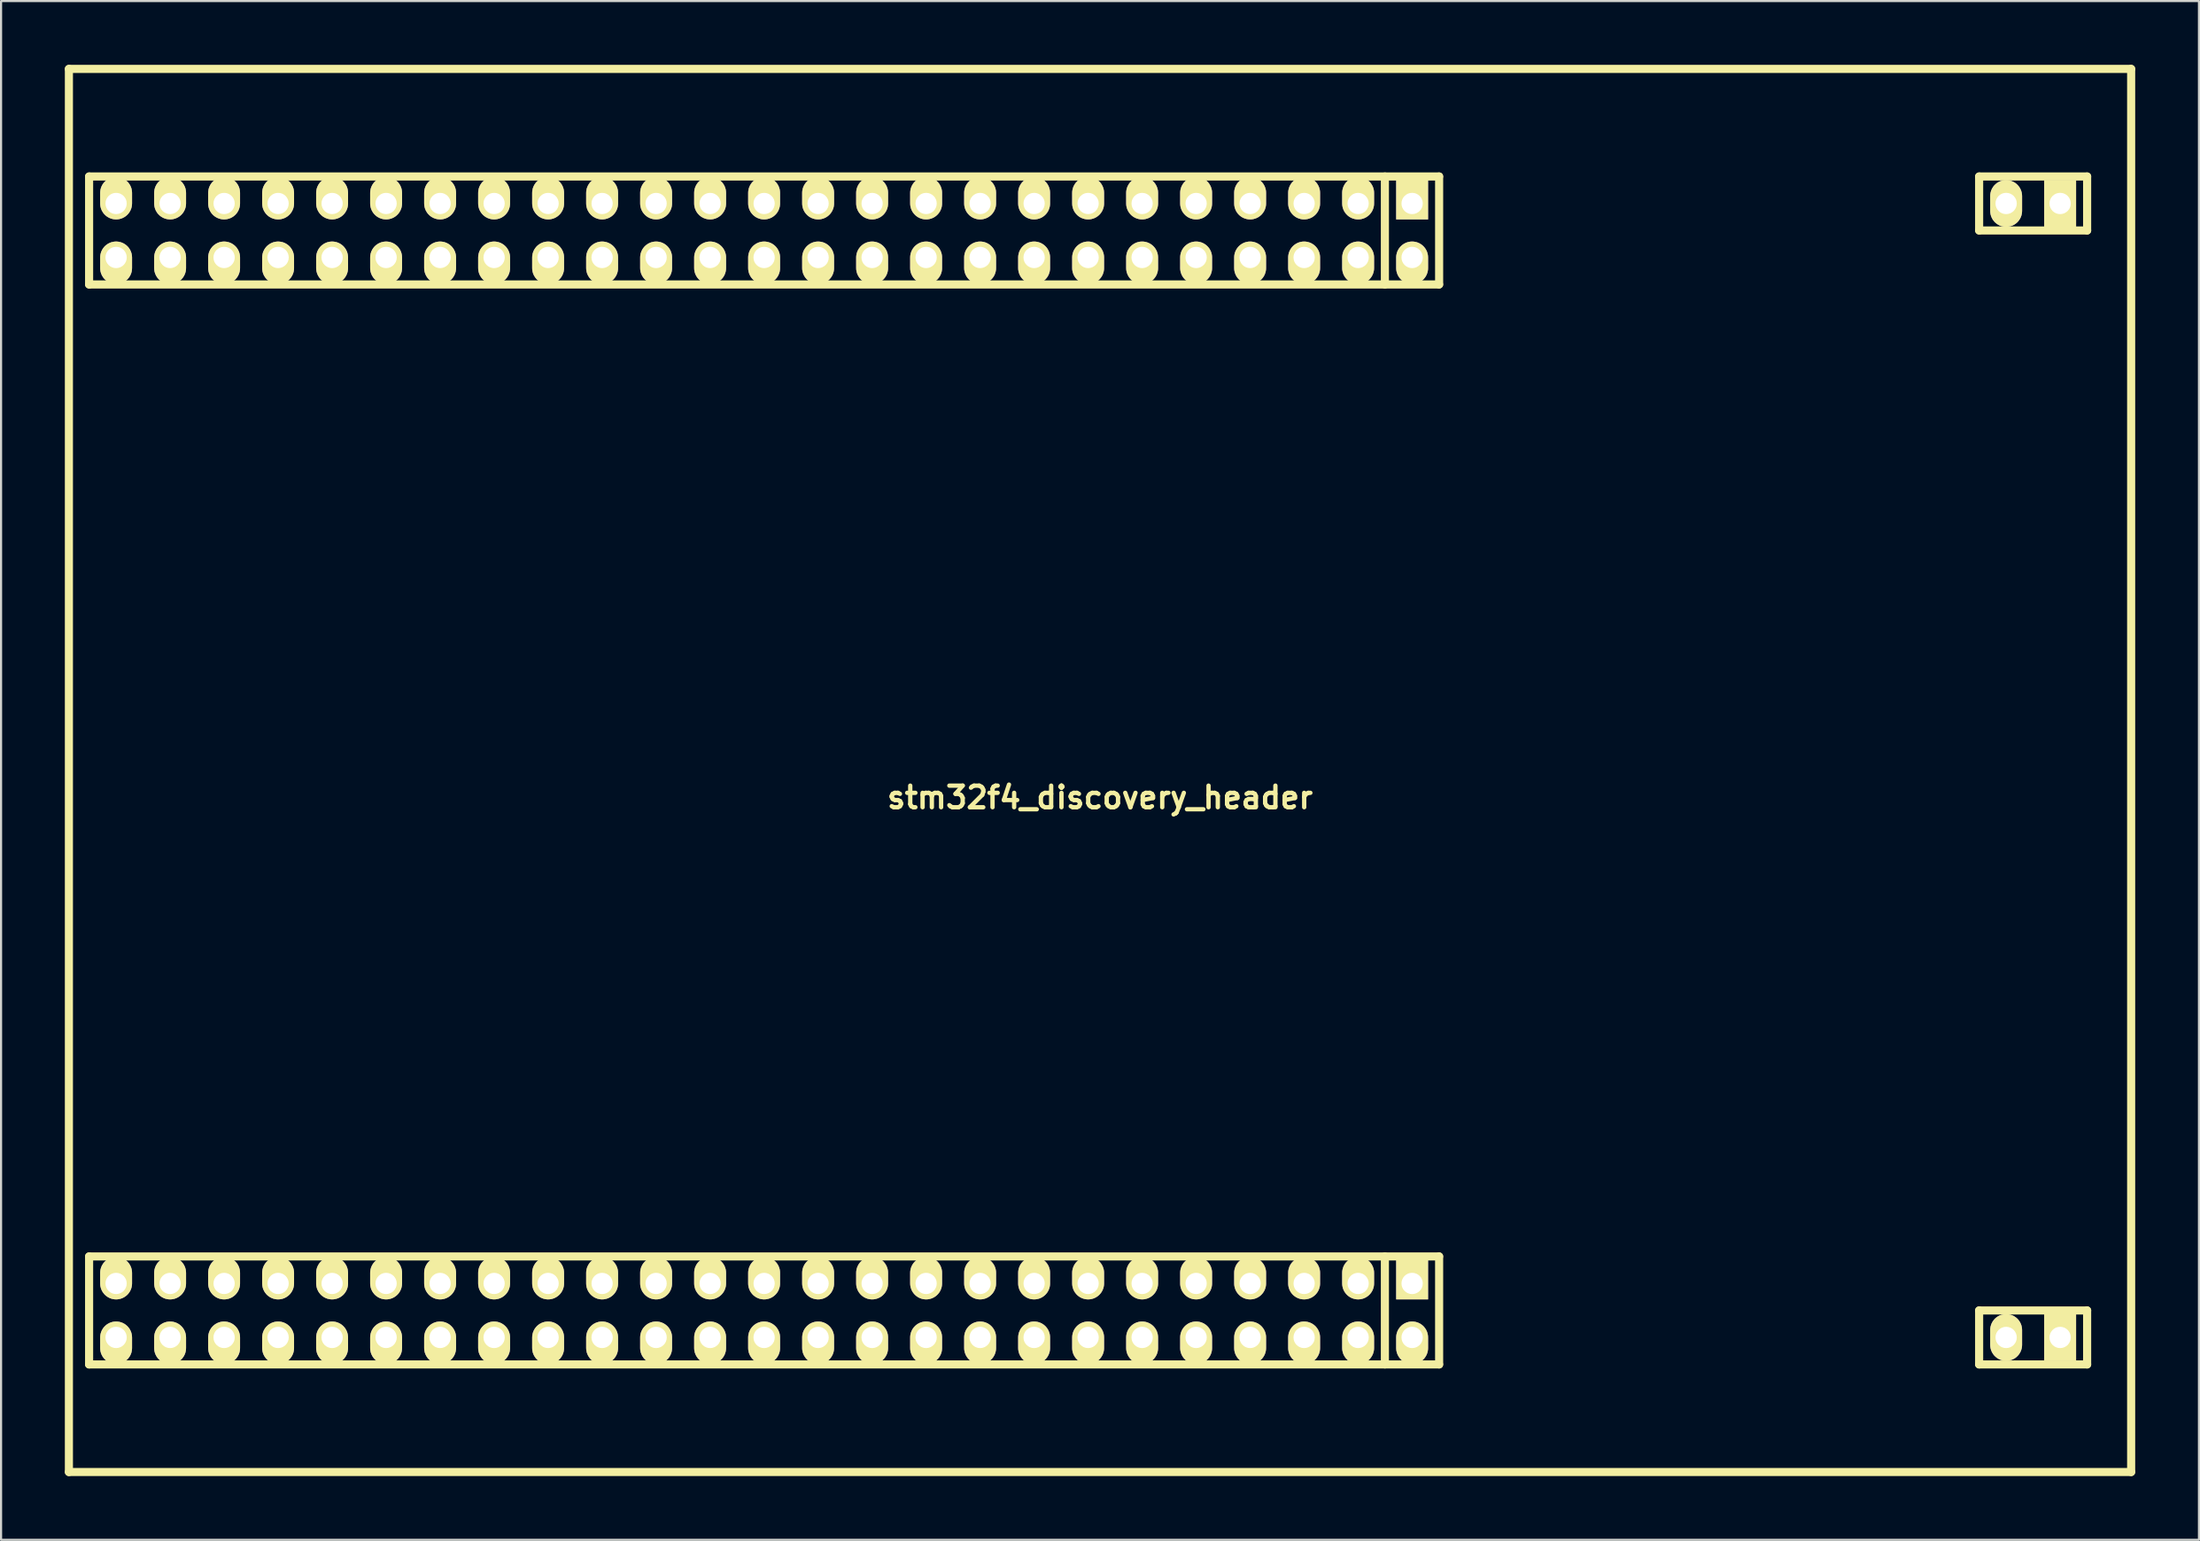
<source format=kicad_pcb>
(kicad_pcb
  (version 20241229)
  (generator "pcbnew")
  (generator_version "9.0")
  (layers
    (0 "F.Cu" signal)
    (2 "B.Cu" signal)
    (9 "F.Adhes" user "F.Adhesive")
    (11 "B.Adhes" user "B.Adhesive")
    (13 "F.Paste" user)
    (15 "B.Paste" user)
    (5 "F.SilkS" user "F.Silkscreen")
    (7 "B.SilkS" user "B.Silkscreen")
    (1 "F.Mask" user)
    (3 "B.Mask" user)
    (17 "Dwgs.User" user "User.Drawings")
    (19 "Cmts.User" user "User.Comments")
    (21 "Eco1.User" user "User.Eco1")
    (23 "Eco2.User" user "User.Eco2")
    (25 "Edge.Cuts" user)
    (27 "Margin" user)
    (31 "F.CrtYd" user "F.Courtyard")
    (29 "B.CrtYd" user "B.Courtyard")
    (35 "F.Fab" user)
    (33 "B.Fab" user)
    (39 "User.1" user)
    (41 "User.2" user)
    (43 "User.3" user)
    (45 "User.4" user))
  (footprint "stm32f4_discovery_header"
    (layer "F.Cu")
    (at 48.691 33.191)
    (property "Reference" "stm32f4_discovery_header" (at 0 1.27 0) (layer "F.SilkS") (effects (font (size 1.016 1.016) (thickness 0.203))))
    (attr through_hole)
    (fp_line (start -48.5 33) (end -48.5 -33) (stroke (width 0.381) (type solid)) (layer "F.SilkS"))
    (fp_line (start -48.5 33) (end 48.5 33) (stroke (width 0.381) (type solid)) (layer "F.SilkS"))
    (fp_line (start -47.55 -27.94) (end -47.55 -22.86) (stroke (width 0.381) (type solid)) (layer "F.SilkS"))
    (fp_line (start -47.55 -27.94) (end 15.95 -27.94) (stroke (width 0.381) (type solid)) (layer "F.SilkS"))
    (fp_line (start -47.55 -22.86) (end 15.95 -22.86) (stroke (width 0.381) (type solid)) (layer "F.SilkS"))
    (fp_line (start -47.55 22.86) (end -47.55 27.94) (stroke (width 0.381) (type solid)) (layer "F.SilkS"))
    (fp_line (start -47.55 22.86) (end 15.95 22.86) (stroke (width 0.381) (type solid)) (layer "F.SilkS"))
    (fp_line (start -47.55 27.94) (end 15.95 27.94) (stroke (width 0.381) (type solid)) (layer "F.SilkS"))
    (fp_line (start 13.399 -27.94) (end 13.399 -22.86) (stroke (width 0.381) (type solid)) (layer "F.SilkS"))
    (fp_line (start 13.399 22.86) (end 13.399 27.94) (stroke (width 0.381) (type solid)) (layer "F.SilkS"))
    (fp_line (start 15.95 -27.94) (end 15.95 -22.86) (stroke (width 0.381) (type solid)) (layer "F.SilkS"))
    (fp_line (start 15.95 22.86) (end 15.95 27.94) (stroke (width 0.381) (type solid)) (layer "F.SilkS"))
    (fp_line (start 41.35 -27.94) (end 41.35 -25.4) (stroke (width 0.381) (type solid)) (layer "F.SilkS"))
    (fp_line (start 41.35 -25.4) (end 46.43 -25.4) (stroke (width 0.381) (type solid)) (layer "F.SilkS"))
    (fp_line (start 41.35 25.4) (end 41.35 27.94) (stroke (width 0.381) (type solid)) (layer "F.SilkS"))
    (fp_line (start 41.35 27.94) (end 46.43 27.94) (stroke (width 0.381) (type solid)) (layer "F.SilkS"))
    (fp_line (start 46.43 -27.94) (end 41.35 -27.94) (stroke (width 0.381) (type solid)) (layer "F.SilkS"))
    (fp_line (start 46.43 -25.4) (end 46.43 -27.94) (stroke (width 0.381) (type solid)) (layer "F.SilkS"))
    (fp_line (start 46.43 25.4) (end 41.35 25.4) (stroke (width 0.381) (type solid)) (layer "F.SilkS"))
    (fp_line (start 46.43 27.94) (end 46.43 25.4) (stroke (width 0.381) (type solid)) (layer "F.SilkS"))
    (fp_line (start 48.5 -33) (end -48.5 -33) (stroke (width 0.381) (type solid)) (layer "F.SilkS"))
    (fp_line (start 48.5 33) (end 48.5 -33) (stroke (width 0.381) (type solid)) (layer "F.SilkS"))
    (pad "1" thru_hole rect (at 14.68 -26.67) (size 1.5 2) (drill 1.001 (offset 0 -0.25)) (layers "*.Cu" "*.Mask" "F.SilkS"))
    (pad "2" thru_hole oval (at 14.68 -24.13) (size 1.5 2) (drill 1.001 (offset 0 0.25)) (layers "*.Cu" "*.Mask" "F.SilkS"))
    (pad "3" thru_hole oval (at 12.14 -26.67) (size 1.5 2) (drill 0.998 (offset 0 -0.25)) (layers "*.Cu" "*.Mask" "F.SilkS"))
    (pad "4" thru_hole oval (at 12.14 -24.13) (size 1.5 2) (drill 1.001 (offset 0 0.25)) (layers "*.Cu" "*.Mask" "F.SilkS"))
    (pad "5" thru_hole oval (at 9.6 -26.67) (size 1.5 2) (drill 0.998 (offset 0 -0.25)) (layers "*.Cu" "*.Mask" "F.SilkS"))
    (pad "6" thru_hole oval (at 9.6 -24.13) (size 1.5 2) (drill 1.001 (offset 0 0.25)) (layers "*.Cu" "*.Mask" "F.SilkS"))
    (pad "7" thru_hole oval (at 7.06 -26.67) (size 1.5 2) (drill 0.998 (offset 0 -0.25)) (layers "*.Cu" "*.Mask" "F.SilkS"))
    (pad "8" thru_hole oval (at 7.06 -24.13) (size 1.5 2) (drill 1.001 (offset 0 0.25)) (layers "*.Cu" "*.Mask" "F.SilkS"))
    (pad "9" thru_hole oval (at 4.52 -26.67) (size 1.5 2) (drill 0.998 (offset 0 -0.25)) (layers "*.Cu" "*.Mask" "F.SilkS"))
    (pad "10" thru_hole oval (at 4.52 -24.13) (size 1.5 2) (drill 1.001 (offset 0 0.25)) (layers "*.Cu" "*.Mask" "F.SilkS"))
    (pad "11" thru_hole oval (at 1.98 -26.67) (size 1.5 2) (drill 0.998 (offset 0 -0.25)) (layers "*.Cu" "*.Mask" "F.SilkS"))
    (pad "12" thru_hole oval (at 1.98 -24.13) (size 1.5 2) (drill 1.001 (offset 0 0.25)) (layers "*.Cu" "*.Mask" "F.SilkS"))
    (pad "13" thru_hole oval (at -0.56 -26.67) (size 1.5 2) (drill 0.998 (offset 0 -0.25)) (layers "*.Cu" "*.Mask" "F.SilkS"))
    (pad "14" thru_hole oval (at -0.56 -24.13) (size 1.5 2) (drill 1.001 (offset 0 0.25)) (layers "*.Cu" "*.Mask" "F.SilkS"))
    (pad "15" thru_hole oval (at -3.1 -26.67) (size 1.5 2) (drill 0.998 (offset 0 -0.25)) (layers "*.Cu" "*.Mask" "F.SilkS"))
    (pad "16" thru_hole oval (at -3.1 -24.13) (size 1.5 2) (drill 1.001 (offset 0 0.25)) (layers "*.Cu" "*.Mask" "F.SilkS"))
    (pad "17" thru_hole oval (at -5.64 -26.67) (size 1.5 2) (drill 0.998 (offset 0 -0.25)) (layers "*.Cu" "*.Mask" "F.SilkS"))
    (pad "18" thru_hole oval (at -5.64 -24.13) (size 1.5 2) (drill 1.001 (offset 0 0.25)) (layers "*.Cu" "*.Mask" "F.SilkS"))
    (pad "19" thru_hole oval (at -8.18 -26.67) (size 1.5 2) (drill 0.998 (offset 0 -0.25)) (layers "*.Cu" "*.Mask" "F.SilkS"))
    (pad "20" thru_hole oval (at -8.18 -24.13) (size 1.5 2) (drill 1.001 (offset 0 0.25)) (layers "*.Cu" "*.Mask" "F.SilkS"))
    (pad "21" thru_hole oval (at -10.72 -26.67) (size 1.5 2) (drill 0.998 (offset 0 -0.25)) (layers "*.Cu" "*.Mask" "F.SilkS"))
    (pad "22" thru_hole oval (at -10.72 -24.13) (size 1.5 2) (drill 1.001 (offset 0 0.25)) (layers "*.Cu" "*.Mask" "F.SilkS"))
    (pad "23" thru_hole oval (at -13.26 -26.67) (size 1.5 2) (drill 0.998 (offset 0 -0.25)) (layers "*.Cu" "*.Mask" "F.SilkS"))
    (pad "24" thru_hole oval (at -13.26 -24.13) (size 1.5 2) (drill 1.001 (offset 0 0.25)) (layers "*.Cu" "*.Mask" "F.SilkS"))
    (pad "25" thru_hole oval (at -15.8 -26.67) (size 1.5 2) (drill 0.998 (offset 0 -0.25)) (layers "*.Cu" "*.Mask" "F.SilkS"))
    (pad "26" thru_hole oval (at -15.8 -24.13) (size 1.5 2) (drill 1.001 (offset 0 0.25)) (layers "*.Cu" "*.Mask" "F.SilkS"))
    (pad "27" thru_hole oval (at -18.34 -26.67) (size 1.5 2) (drill 0.998 (offset 0 -0.25)) (layers "*.Cu" "*.Mask" "F.SilkS"))
    (pad "28" thru_hole oval (at -18.34 -24.13) (size 1.5 2) (drill 1.001 (offset 0 0.25)) (layers "*.Cu" "*.Mask" "F.SilkS"))
    (pad "29" thru_hole oval (at -20.88 -26.67) (size 1.5 2) (drill 0.998 (offset 0 -0.25)) (layers "*.Cu" "*.Mask" "F.SilkS"))
    (pad "30" thru_hole oval (at -20.88 -24.13) (size 1.5 2) (drill 1.001 (offset 0 0.25)) (layers "*.Cu" "*.Mask" "F.SilkS"))
    (pad "31" thru_hole oval (at -23.42 -26.67) (size 1.5 2) (drill 0.998 (offset 0 -0.25)) (layers "*.Cu" "*.Mask" "F.SilkS"))
    (pad "32" thru_hole oval (at -23.42 -24.13) (size 1.5 2) (drill 1.001 (offset 0 0.25)) (layers "*.Cu" "*.Mask" "F.SilkS"))
    (pad "33" thru_hole oval (at -25.96 -26.67) (size 1.5 2) (drill 0.998 (offset 0 -0.25)) (layers "*.Cu" "*.Mask" "F.SilkS"))
    (pad "34" thru_hole oval (at -25.96 -24.13) (size 1.5 2) (drill 1.001 (offset 0 0.25)) (layers "*.Cu" "*.Mask" "F.SilkS"))
    (pad "35" thru_hole oval (at -28.5 -26.67) (size 1.5 2) (drill 0.998 (offset 0 -0.25)) (layers "*.Cu" "*.Mask" "F.SilkS"))
    (pad "36" thru_hole oval (at -28.5 -24.13) (size 1.5 2) (drill 1.001 (offset 0 0.25)) (layers "*.Cu" "*.Mask" "F.SilkS"))
    (pad "37" thru_hole oval (at -31.04 -26.67) (size 1.5 2) (drill 0.998 (offset 0 -0.25)) (layers "*.Cu" "*.Mask" "F.SilkS"))
    (pad "38" thru_hole oval (at -31.04 -24.13) (size 1.5 2) (drill 1.001 (offset 0 0.25)) (layers "*.Cu" "*.Mask" "F.SilkS"))
    (pad "39" thru_hole oval (at -33.58 -26.67) (size 1.5 2) (drill 0.998 (offset 0 -0.25)) (layers "*.Cu" "*.Mask" "F.SilkS"))
    (pad "40" thru_hole oval (at -33.58 -24.13) (size 1.5 2) (drill 1.001 (offset 0 0.25)) (layers "*.Cu" "*.Mask" "F.SilkS"))
    (pad "41" thru_hole oval (at -36.12 -26.67) (size 1.5 2) (drill 0.998 (offset 0 -0.25)) (layers "*.Cu" "*.Mask" "F.SilkS"))
    (pad "42" thru_hole oval (at -36.12 -24.13) (size 1.5 2) (drill 1.001 (offset 0 0.25)) (layers "*.Cu" "*.Mask" "F.SilkS"))
    (pad "43" thru_hole oval (at -38.66 -26.67) (size 1.5 2) (drill 0.998 (offset 0 -0.25)) (layers "*.Cu" "*.Mask" "F.SilkS"))
    (pad "44" thru_hole oval (at -38.66 -24.13) (size 1.5 2) (drill 1.001 (offset 0 0.25)) (layers "*.Cu" "*.Mask" "F.SilkS"))
    (pad "45" thru_hole oval (at -41.2 -26.67) (size 1.5 2) (drill 0.998 (offset 0 -0.25)) (layers "*.Cu" "*.Mask" "F.SilkS"))
    (pad "46" thru_hole oval (at -41.2 -24.13) (size 1.5 2) (drill 1.001 (offset 0 0.25)) (layers "*.Cu" "*.Mask" "F.SilkS"))
    (pad "47" thru_hole oval (at -43.74 -26.67) (size 1.5 2) (drill 0.998 (offset 0 -0.25)) (layers "*.Cu" "*.Mask" "F.SilkS"))
    (pad "48" thru_hole oval (at -43.74 -24.13) (size 1.5 2) (drill 1.001 (offset 0 0.25)) (layers "*.Cu" "*.Mask" "F.SilkS"))
    (pad "49" thru_hole oval (at -46.28 -26.67) (size 1.5 2) (drill 0.998 (offset 0 -0.25)) (layers "*.Cu" "*.Mask" "F.SilkS"))
    (pad "49" thru_hole rect (at 45.16 -26.67) (size 1.5 2.2) (drill 1.001) (layers "*.Cu" "*.Mask" "F.SilkS"))
    (pad "50" thru_hole oval (at -46.28 -24.13) (size 1.5 2) (drill 1.001 (offset 0 0.25)) (layers "*.Cu" "*.Mask" "F.SilkS"))
    (pad "50" thru_hole oval (at 42.62 -26.67) (size 1.5 2.2) (drill 1.001) (layers "*.Cu" "*.Mask" "F.SilkS"))
    (pad "51" thru_hole oval (at -46.28 24.13) (size 1.5 2) (drill 0.998 (offset 0 -0.25)) (layers "*.Cu" "*.Mask" "F.SilkS"))
    (pad "51" thru_hole rect (at 45.16 26.67) (size 1.5 2.2) (drill 1.001) (layers "*.Cu" "*.Mask" "F.SilkS"))
    (pad "52" thru_hole oval (at -46.28 26.67) (size 1.5 2) (drill 1.001 (offset 0 0.25)) (layers "*.Cu" "*.Mask" "F.SilkS"))
    (pad "52" thru_hole oval (at 42.62 26.67) (size 1.5 2.2) (drill 1.001) (layers "*.Cu" "*.Mask" "F.SilkS"))
    (pad "53" thru_hole oval (at -43.74 24.13) (size 1.5 2) (drill 0.998 (offset 0 -0.25)) (layers "*.Cu" "*.Mask" "F.SilkS"))
    (pad "54" thru_hole oval (at -43.74 26.67) (size 1.5 2) (drill 1.001 (offset 0 0.25)) (layers "*.Cu" "*.Mask" "F.SilkS"))
    (pad "55" thru_hole oval (at -41.2 24.13) (size 1.5 2) (drill 0.998 (offset 0 -0.25)) (layers "*.Cu" "*.Mask" "F.SilkS"))
    (pad "56" thru_hole oval (at -41.2 26.67) (size 1.5 2) (drill 1.001 (offset 0 0.25)) (layers "*.Cu" "*.Mask" "F.SilkS"))
    (pad "57" thru_hole oval (at -38.66 24.13) (size 1.5 2) (drill 0.998 (offset 0 -0.25)) (layers "*.Cu" "*.Mask" "F.SilkS"))
    (pad "58" thru_hole oval (at -38.66 26.67) (size 1.5 2) (drill 1.001 (offset 0 0.25)) (layers "*.Cu" "*.Mask" "F.SilkS"))
    (pad "59" thru_hole oval (at -36.12 24.13) (size 1.5 2) (drill 0.998 (offset 0 -0.25)) (layers "*.Cu" "*.Mask" "F.SilkS"))
    (pad "60" thru_hole oval (at -36.12 26.67) (size 1.5 2) (drill 1.001 (offset 0 0.25)) (layers "*.Cu" "*.Mask" "F.SilkS"))
    (pad "61" thru_hole oval (at -33.58 24.13) (size 1.5 2) (drill 0.998 (offset 0 -0.25)) (layers "*.Cu" "*.Mask" "F.SilkS"))
    (pad "62" thru_hole oval (at -33.58 26.67) (size 1.5 2) (drill 1.001 (offset 0 0.25)) (layers "*.Cu" "*.Mask" "F.SilkS"))
    (pad "63" thru_hole oval (at -31.04 24.13) (size 1.5 2) (drill 0.998 (offset 0 -0.25)) (layers "*.Cu" "*.Mask" "F.SilkS"))
    (pad "64" thru_hole oval (at -31.04 26.67) (size 1.5 2) (drill 1.001 (offset 0 0.25)) (layers "*.Cu" "*.Mask" "F.SilkS"))
    (pad "65" thru_hole oval (at -28.5 24.13) (size 1.5 2) (drill 0.998 (offset 0 -0.25)) (layers "*.Cu" "*.Mask" "F.SilkS"))
    (pad "66" thru_hole oval (at -28.5 26.67) (size 1.5 2) (drill 1.001 (offset 0 0.25)) (layers "*.Cu" "*.Mask" "F.SilkS"))
    (pad "67" thru_hole oval (at -25.96 24.13) (size 1.5 2) (drill 0.998 (offset 0 -0.25)) (layers "*.Cu" "*.Mask" "F.SilkS"))
    (pad "68" thru_hole oval (at -25.96 26.67) (size 1.5 2) (drill 1.001 (offset 0 0.25)) (layers "*.Cu" "*.Mask" "F.SilkS"))
    (pad "69" thru_hole oval (at -23.42 24.13) (size 1.5 2) (drill 0.998 (offset 0 -0.25)) (layers "*.Cu" "*.Mask" "F.SilkS"))
    (pad "70" thru_hole oval (at -23.42 26.67) (size 1.5 2) (drill 1.001 (offset 0 0.25)) (layers "*.Cu" "*.Mask" "F.SilkS"))
    (pad "71" thru_hole oval (at -20.88 24.13) (size 1.5 2) (drill 0.998 (offset 0 -0.25)) (layers "*.Cu" "*.Mask" "F.SilkS"))
    (pad "72" thru_hole oval (at -20.88 26.67) (size 1.5 2) (drill 1.001 (offset 0 0.25)) (layers "*.Cu" "*.Mask" "F.SilkS"))
    (pad "73" thru_hole oval (at -18.34 24.13) (size 1.5 2) (drill 0.998 (offset 0 -0.25)) (layers "*.Cu" "*.Mask" "F.SilkS"))
    (pad "74" thru_hole oval (at -18.34 26.67) (size 1.5 2) (drill 1.001 (offset 0 0.25)) (layers "*.Cu" "*.Mask" "F.SilkS"))
    (pad "75" thru_hole oval (at -15.8 24.13) (size 1.5 2) (drill 0.998 (offset 0 -0.25)) (layers "*.Cu" "*.Mask" "F.SilkS"))
    (pad "76" thru_hole oval (at -15.8 26.67) (size 1.5 2) (drill 1.001 (offset 0 0.25)) (layers "*.Cu" "*.Mask" "F.SilkS"))
    (pad "77" thru_hole oval (at -13.26 24.13) (size 1.5 2) (drill 0.998 (offset 0 -0.25)) (layers "*.Cu" "*.Mask" "F.SilkS"))
    (pad "78" thru_hole oval (at -13.26 26.67) (size 1.5 2) (drill 1.001 (offset 0 0.25)) (layers "*.Cu" "*.Mask" "F.SilkS"))
    (pad "79" thru_hole oval (at -10.72 24.13) (size 1.5 2) (drill 0.998 (offset 0 -0.25)) (layers "*.Cu" "*.Mask" "F.SilkS"))
    (pad "80" thru_hole oval (at -10.72 26.67) (size 1.5 2) (drill 1.001 (offset 0 0.25)) (layers "*.Cu" "*.Mask" "F.SilkS"))
    (pad "81" thru_hole oval (at -8.18 24.13) (size 1.5 2) (drill 0.998 (offset 0 -0.25)) (layers "*.Cu" "*.Mask" "F.SilkS"))
    (pad "82" thru_hole oval (at -8.18 26.67) (size 1.5 2) (drill 1.001 (offset 0 0.25)) (layers "*.Cu" "*.Mask" "F.SilkS"))
    (pad "83" thru_hole oval (at -5.64 24.13) (size 1.5 2) (drill 0.998 (offset 0 -0.25)) (layers "*.Cu" "*.Mask" "F.SilkS"))
    (pad "84" thru_hole oval (at -5.64 26.67) (size 1.5 2) (drill 1.001 (offset 0 0.25)) (layers "*.Cu" "*.Mask" "F.SilkS"))
    (pad "85" thru_hole oval (at -3.1 24.13) (size 1.5 2) (drill 0.998 (offset 0 -0.25)) (layers "*.Cu" "*.Mask" "F.SilkS"))
    (pad "86" thru_hole oval (at -3.1 26.67) (size 1.5 2) (drill 1.001 (offset 0 0.25)) (layers "*.Cu" "*.Mask" "F.SilkS"))
    (pad "87" thru_hole oval (at -0.56 24.13) (size 1.5 2) (drill 0.998 (offset 0 -0.25)) (layers "*.Cu" "*.Mask" "F.SilkS"))
    (pad "88" thru_hole oval (at -0.56 26.67) (size 1.5 2) (drill 1.001 (offset 0 0.25)) (layers "*.Cu" "*.Mask" "F.SilkS"))
    (pad "89" thru_hole oval (at 1.98 24.13) (size 1.5 2) (drill 0.998 (offset 0 -0.25)) (layers "*.Cu" "*.Mask" "F.SilkS"))
    (pad "90" thru_hole oval (at 1.98 26.67) (size 1.5 2) (drill 1.001 (offset 0 0.25)) (layers "*.Cu" "*.Mask" "F.SilkS"))
    (pad "91" thru_hole oval (at 4.52 24.13) (size 1.5 2) (drill 0.998 (offset 0 -0.25)) (layers "*.Cu" "*.Mask" "F.SilkS"))
    (pad "92" thru_hole oval (at 4.52 26.67) (size 1.5 2) (drill 1.001 (offset 0 0.25)) (layers "*.Cu" "*.Mask" "F.SilkS"))
    (pad "93" thru_hole oval (at 7.06 24.13) (size 1.5 2) (drill 0.998 (offset 0 -0.25)) (layers "*.Cu" "*.Mask" "F.SilkS"))
    (pad "94" thru_hole oval (at 7.06 26.67) (size 1.5 2) (drill 1.001 (offset 0 0.25)) (layers "*.Cu" "*.Mask" "F.SilkS"))
    (pad "95" thru_hole oval (at 9.6 24.13) (size 1.5 2) (drill 0.998 (offset 0 -0.25)) (layers "*.Cu" "*.Mask" "F.SilkS"))
    (pad "96" thru_hole oval (at 9.6 26.67) (size 1.5 2) (drill 1.001 (offset 0 0.25)) (layers "*.Cu" "*.Mask" "F.SilkS"))
    (pad "97" thru_hole oval (at 12.14 24.13) (size 1.5 2) (drill 0.998 (offset 0 -0.25)) (layers "*.Cu" "*.Mask" "F.SilkS"))
    (pad "98" thru_hole oval (at 12.14 26.67) (size 1.5 2) (drill 1.001 (offset 0 0.25)) (layers "*.Cu" "*.Mask" "F.SilkS"))
    (pad "99" thru_hole rect (at 14.68 24.13) (size 1.5 2) (drill 1.001 (offset 0 -0.25)) (layers "*.Cu" "*.Mask" "F.SilkS"))
    (pad "100" thru_hole oval (at 14.68 26.67) (size 1.5 2) (drill 1.001 (offset 0 0.25)) (layers "*.Cu" "*.Mask" "F.SilkS")))
  (gr_rect
    (start -3 -3)
    (end 100.381 69.381)
    (stroke (width 0.1) (type default))
    (fill no)
    (layer "Edge.Cuts")))
</source>
